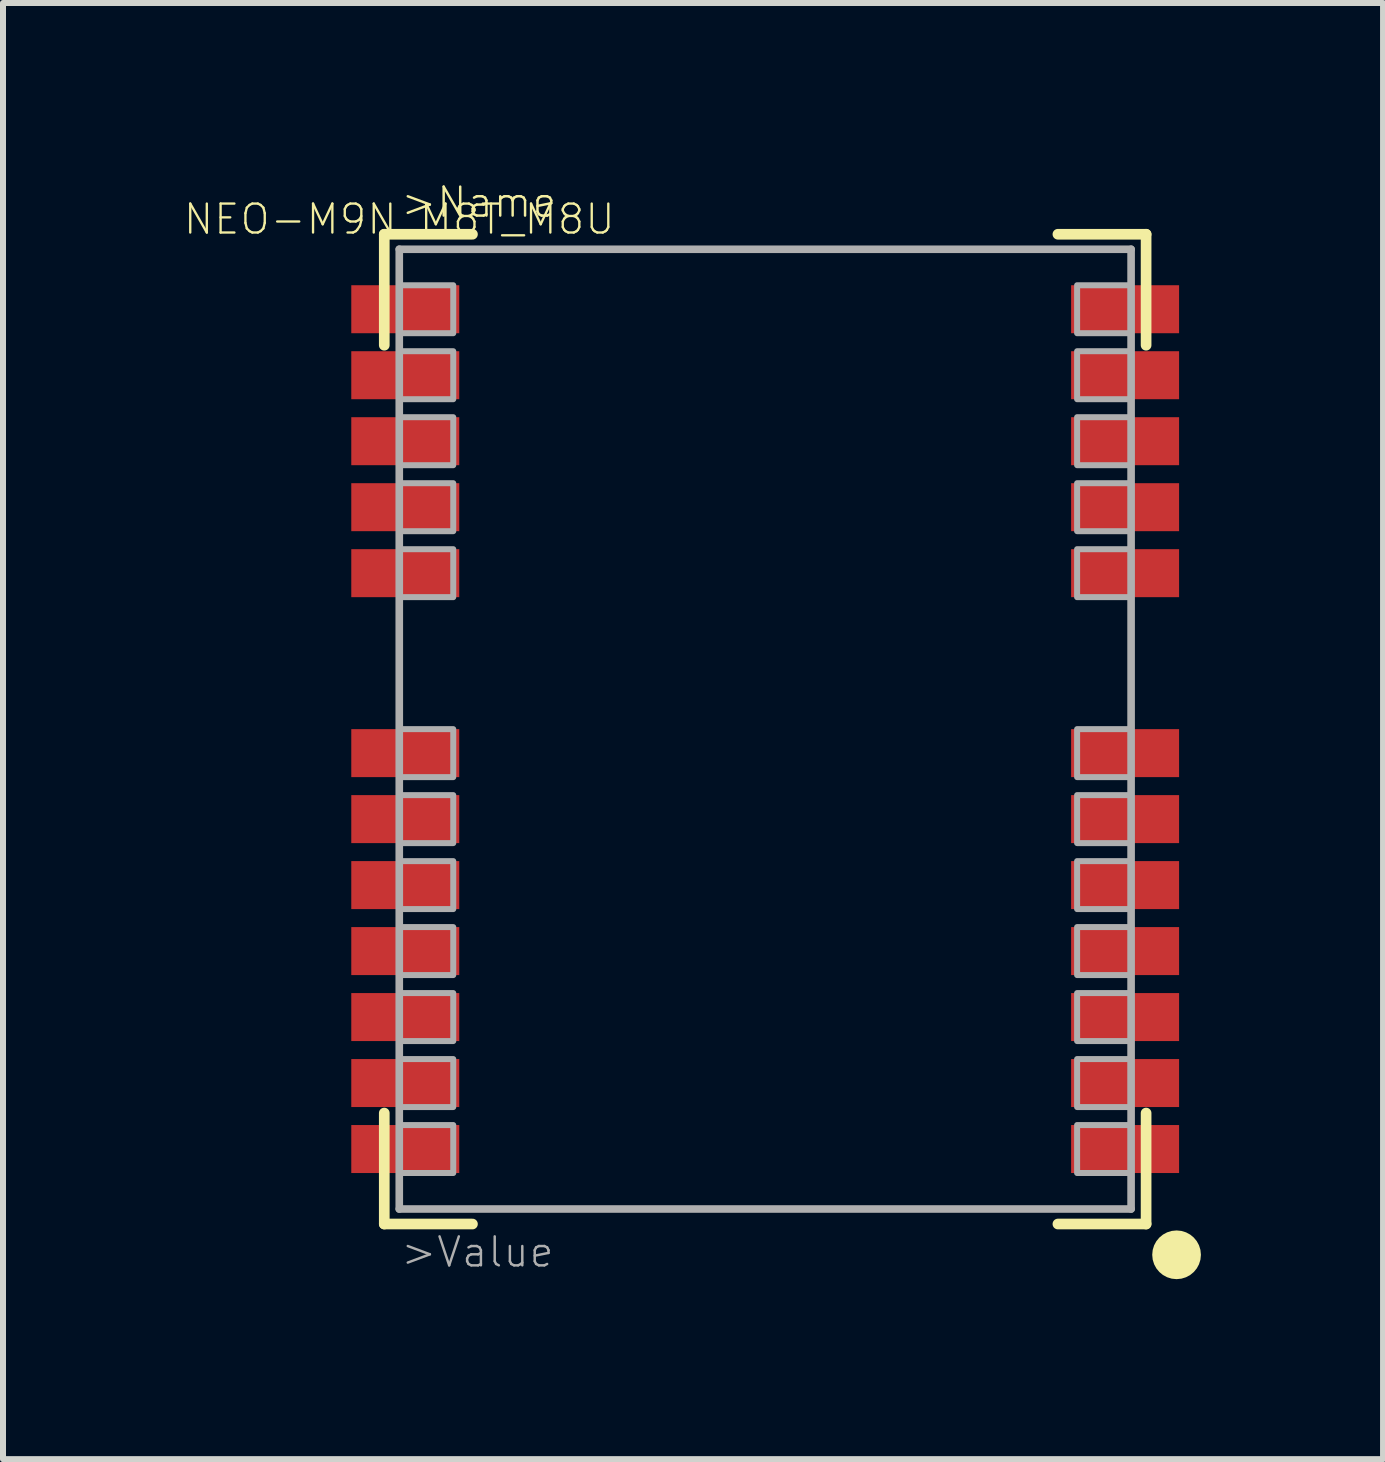
<source format=kicad_pcb>
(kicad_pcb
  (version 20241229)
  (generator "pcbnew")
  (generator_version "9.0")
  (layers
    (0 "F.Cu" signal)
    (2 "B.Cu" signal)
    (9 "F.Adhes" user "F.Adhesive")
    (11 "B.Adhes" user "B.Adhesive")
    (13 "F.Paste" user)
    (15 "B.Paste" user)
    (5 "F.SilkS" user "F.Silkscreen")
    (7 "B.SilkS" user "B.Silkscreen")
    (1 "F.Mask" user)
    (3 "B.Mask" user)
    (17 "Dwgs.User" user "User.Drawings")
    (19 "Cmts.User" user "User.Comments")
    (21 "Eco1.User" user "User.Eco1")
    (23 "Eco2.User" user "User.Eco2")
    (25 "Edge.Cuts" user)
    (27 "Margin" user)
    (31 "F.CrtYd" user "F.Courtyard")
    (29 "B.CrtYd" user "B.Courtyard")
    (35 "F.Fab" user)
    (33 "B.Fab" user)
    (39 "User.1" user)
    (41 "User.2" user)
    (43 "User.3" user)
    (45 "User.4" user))
  (footprint "NEO-M9N_M8T_M8U"
    (layer "F.Cu")
    (at 9.706 9.105)
    (property "Reference" "NEO-M9N_M8T_M8U" (at -6.1 -8.5 0) (layer "F.SilkS") (effects (font (size 0.483 0.483) (thickness 0.039))))
    (attr through_hole)
    (fp_line (start -6.35 -8.25) (end -4.88 -8.25) (stroke (width 0.178) (type solid)) (layer "F.SilkS"))
    (fp_line (start -6.35 -6.4) (end -6.35 -8.25) (stroke (width 0.178) (type solid)) (layer "F.SilkS"))
    (fp_line (start -6.35 8.25) (end -6.35 6.4) (stroke (width 0.178) (type solid)) (layer "F.SilkS"))
    (fp_line (start -4.88 8.25) (end -6.35 8.25) (stroke (width 0.178) (type solid)) (layer "F.SilkS"))
    (fp_line (start 4.88 -8.25) (end 6.35 -8.25) (stroke (width 0.178) (type solid)) (layer "F.SilkS"))
    (fp_line (start 6.35 -8.25) (end 6.35 -6.4) (stroke (width 0.178) (type solid)) (layer "F.SilkS"))
    (fp_line (start 6.35 6.4) (end 6.35 8.25) (stroke (width 0.178) (type solid)) (layer "F.SilkS"))
    (fp_line (start 6.35 8.25) (end 4.88 8.25) (stroke (width 0.178) (type solid)) (layer "F.SilkS"))
    (fp_circle (center 6.858 8.763) (end 7.061 8.763) (stroke (width 0.406) (type solid)) (fill no) (layer "F.SilkS"))
    (fp_poly (pts (xy -6.1 -7.4) (xy -7.3 -7.4) (xy -7.3 -6.6) (xy -6.1 -6.6)) (stroke (width 0) (type solid)) (fill yes) (layer "F.Paste"))
    (fp_poly (pts (xy -6.1 -6.3) (xy -7.3 -6.3) (xy -7.3 -5.5) (xy -6.1 -5.5)) (stroke (width 0) (type solid)) (fill yes) (layer "F.Paste"))
    (fp_poly (pts (xy -6.1 -5.2) (xy -7.3 -5.2) (xy -7.3 -4.4) (xy -6.1 -4.4)) (stroke (width 0) (type solid)) (fill yes) (layer "F.Paste"))
    (fp_poly (pts (xy -6.1 -4.1) (xy -7.3 -4.1) (xy -7.3 -3.3) (xy -6.1 -3.3)) (stroke (width 0) (type solid)) (fill yes) (layer "F.Paste"))
    (fp_poly (pts (xy -6.1 -3) (xy -7.3 -3) (xy -7.3 -2.2) (xy -6.1 -2.2)) (stroke (width 0) (type solid)) (fill yes) (layer "F.Paste"))
    (fp_poly (pts (xy -6.1 0) (xy -7.3 0) (xy -7.3 0.8) (xy -6.1 0.8)) (stroke (width 0) (type solid)) (fill yes) (layer "F.Paste"))
    (fp_poly (pts (xy -6.1 1.1) (xy -7.3 1.1) (xy -7.3 1.9) (xy -6.1 1.9)) (stroke (width 0) (type solid)) (fill yes) (layer "F.Paste"))
    (fp_poly (pts (xy -6.1 2.2) (xy -7.3 2.2) (xy -7.3 3) (xy -6.1 3)) (stroke (width 0) (type solid)) (fill yes) (layer "F.Paste"))
    (fp_poly (pts (xy -6.1 3.3) (xy -7.3 3.3) (xy -7.3 4.1) (xy -6.1 4.1)) (stroke (width 0) (type solid)) (fill yes) (layer "F.Paste"))
    (fp_poly (pts (xy -6.1 4.4) (xy -7.3 4.4) (xy -7.3 5.2) (xy -6.1 5.2)) (stroke (width 0) (type solid)) (fill yes) (layer "F.Paste"))
    (fp_poly (pts (xy -6.1 5.5) (xy -7.3 5.5) (xy -7.3 6.3) (xy -6.1 6.3)) (stroke (width 0) (type solid)) (fill yes) (layer "F.Paste"))
    (fp_poly (pts (xy -6.1 6.6) (xy -7.3 6.6) (xy -7.3 7.4) (xy -6.1 7.4)) (stroke (width 0) (type solid)) (fill yes) (layer "F.Paste"))
    (fp_poly (pts (xy -5.2 -7.3) (xy -6.1 -7.3) (xy -6.1 -6.7) (xy -5.2 -6.7)) (stroke (width 0) (type solid)) (fill yes) (layer "F.Paste"))
    (fp_poly (pts (xy -5.2 -6.2) (xy -6.1 -6.2) (xy -6.1 -5.6) (xy -5.2 -5.6)) (stroke (width 0) (type solid)) (fill yes) (layer "F.Paste"))
    (fp_poly (pts (xy -5.2 -5.1) (xy -6.1 -5.1) (xy -6.1 -4.5) (xy -5.2 -4.5)) (stroke (width 0) (type solid)) (fill yes) (layer "F.Paste"))
    (fp_poly (pts (xy -5.2 -4) (xy -6.1 -4) (xy -6.1 -3.4) (xy -5.2 -3.4)) (stroke (width 0) (type solid)) (fill yes) (layer "F.Paste"))
    (fp_poly (pts (xy -5.2 -2.9) (xy -6.1 -2.9) (xy -6.1 -2.3) (xy -5.2 -2.3)) (stroke (width 0) (type solid)) (fill yes) (layer "F.Paste"))
    (fp_poly (pts (xy -5.2 0.1) (xy -6.1 0.1) (xy -6.1 0.7) (xy -5.2 0.7)) (stroke (width 0) (type solid)) (fill yes) (layer "F.Paste"))
    (fp_poly (pts (xy -5.2 1.2) (xy -6.1 1.2) (xy -6.1 1.8) (xy -5.2 1.8)) (stroke (width 0) (type solid)) (fill yes) (layer "F.Paste"))
    (fp_poly (pts (xy -5.2 2.3) (xy -6.1 2.3) (xy -6.1 2.9) (xy -5.2 2.9)) (stroke (width 0) (type solid)) (fill yes) (layer "F.Paste"))
    (fp_poly (pts (xy -5.2 3.4) (xy -6.1 3.4) (xy -6.1 4) (xy -5.2 4)) (stroke (width 0) (type solid)) (fill yes) (layer "F.Paste"))
    (fp_poly (pts (xy -5.2 4.5) (xy -6.1 4.5) (xy -6.1 5.1) (xy -5.2 5.1)) (stroke (width 0) (type solid)) (fill yes) (layer "F.Paste"))
    (fp_poly (pts (xy -5.2 5.6) (xy -6.1 5.6) (xy -6.1 6.2) (xy -5.2 6.2)) (stroke (width 0) (type solid)) (fill yes) (layer "F.Paste"))
    (fp_poly (pts (xy -5.2 6.7) (xy -6.1 6.7) (xy -6.1 7.3) (xy -5.2 7.3)) (stroke (width 0) (type solid)) (fill yes) (layer "F.Paste"))
    (fp_poly (pts (xy 5.2 -6.7) (xy 6.1 -6.7) (xy 6.1 -7.3) (xy 5.2 -7.3)) (stroke (width 0) (type solid)) (fill yes) (layer "F.Paste"))
    (fp_poly (pts (xy 5.2 -5.6) (xy 6.1 -5.6) (xy 6.1 -6.2) (xy 5.2 -6.2)) (stroke (width 0) (type solid)) (fill yes) (layer "F.Paste"))
    (fp_poly (pts (xy 5.2 -4.5) (xy 6.1 -4.5) (xy 6.1 -5.1) (xy 5.2 -5.1)) (stroke (width 0) (type solid)) (fill yes) (layer "F.Paste"))
    (fp_poly (pts (xy 5.2 -3.4) (xy 6.1 -3.4) (xy 6.1 -4) (xy 5.2 -4)) (stroke (width 0) (type solid)) (fill yes) (layer "F.Paste"))
    (fp_poly (pts (xy 5.2 -2.3) (xy 6.1 -2.3) (xy 6.1 -2.9) (xy 5.2 -2.9)) (stroke (width 0) (type solid)) (fill yes) (layer "F.Paste"))
    (fp_poly (pts (xy 5.2 0.7) (xy 6.1 0.7) (xy 6.1 0.1) (xy 5.2 0.1)) (stroke (width 0) (type solid)) (fill yes) (layer "F.Paste"))
    (fp_poly (pts (xy 5.2 1.8) (xy 6.1 1.8) (xy 6.1 1.2) (xy 5.2 1.2)) (stroke (width 0) (type solid)) (fill yes) (layer "F.Paste"))
    (fp_poly (pts (xy 5.2 2.9) (xy 6.1 2.9) (xy 6.1 2.3) (xy 5.2 2.3)) (stroke (width 0) (type solid)) (fill yes) (layer "F.Paste"))
    (fp_poly (pts (xy 5.2 4) (xy 6.1 4) (xy 6.1 3.4) (xy 5.2 3.4)) (stroke (width 0) (type solid)) (fill yes) (layer "F.Paste"))
    (fp_poly (pts (xy 5.2 5.1) (xy 6.1 5.1) (xy 6.1 4.5) (xy 5.2 4.5)) (stroke (width 0) (type solid)) (fill yes) (layer "F.Paste"))
    (fp_poly (pts (xy 5.2 6.2) (xy 6.1 6.2) (xy 6.1 5.6) (xy 5.2 5.6)) (stroke (width 0) (type solid)) (fill yes) (layer "F.Paste"))
    (fp_poly (pts (xy 5.2 7.3) (xy 6.1 7.3) (xy 6.1 6.7) (xy 5.2 6.7)) (stroke (width 0) (type solid)) (fill yes) (layer "F.Paste"))
    (fp_poly (pts (xy 6.1 -6.6) (xy 7.3 -6.6) (xy 7.3 -7.4) (xy 6.1 -7.4)) (stroke (width 0) (type solid)) (fill yes) (layer "F.Paste"))
    (fp_poly (pts (xy 6.1 -5.5) (xy 7.3 -5.5) (xy 7.3 -6.3) (xy 6.1 -6.3)) (stroke (width 0) (type solid)) (fill yes) (layer "F.Paste"))
    (fp_poly (pts (xy 6.1 -4.4) (xy 7.3 -4.4) (xy 7.3 -5.2) (xy 6.1 -5.2)) (stroke (width 0) (type solid)) (fill yes) (layer "F.Paste"))
    (fp_poly (pts (xy 6.1 -3.3) (xy 7.3 -3.3) (xy 7.3 -4.1) (xy 6.1 -4.1)) (stroke (width 0) (type solid)) (fill yes) (layer "F.Paste"))
    (fp_poly (pts (xy 6.1 -2.2) (xy 7.3 -2.2) (xy 7.3 -3) (xy 6.1 -3)) (stroke (width 0) (type solid)) (fill yes) (layer "F.Paste"))
    (fp_poly (pts (xy 6.1 0.8) (xy 7.3 0.8) (xy 7.3 0) (xy 6.1 0)) (stroke (width 0) (type solid)) (fill yes) (layer "F.Paste"))
    (fp_poly (pts (xy 6.1 1.9) (xy 7.3 1.9) (xy 7.3 1.1) (xy 6.1 1.1)) (stroke (width 0) (type solid)) (fill yes) (layer "F.Paste"))
    (fp_poly (pts (xy 6.1 3) (xy 7.3 3) (xy 7.3 2.2) (xy 6.1 2.2)) (stroke (width 0) (type solid)) (fill yes) (layer "F.Paste"))
    (fp_poly (pts (xy 6.1 4.1) (xy 7.3 4.1) (xy 7.3 3.3) (xy 6.1 3.3)) (stroke (width 0) (type solid)) (fill yes) (layer "F.Paste"))
    (fp_poly (pts (xy 6.1 5.2) (xy 7.3 5.2) (xy 7.3 4.4) (xy 6.1 4.4)) (stroke (width 0) (type solid)) (fill yes) (layer "F.Paste"))
    (fp_poly (pts (xy 6.1 6.3) (xy 7.3 6.3) (xy 7.3 5.5) (xy 6.1 5.5)) (stroke (width 0) (type solid)) (fill yes) (layer "F.Paste"))
    (fp_poly (pts (xy 6.1 7.4) (xy 7.3 7.4) (xy 7.3 6.6) (xy 6.1 6.6)) (stroke (width 0) (type solid)) (fill yes) (layer "F.Paste"))
    (fp_line (start -6.1 -8) (end 6.1 -8) (stroke (width 0.127) (type solid)) (layer "F.Fab"))
    (fp_line (start -6.1 8) (end -6.1 -8) (stroke (width 0.127) (type solid)) (layer "F.Fab"))
    (fp_line (start 6.1 -8) (end 6.1 8) (stroke (width 0.127) (type solid)) (layer "F.Fab"))
    (fp_line (start 6.1 8) (end -6.1 8) (stroke (width 0.127) (type solid)) (layer "F.Fab"))
    (fp_poly (pts (xy -6.1 -6.6) (xy -5.2 -6.6) (xy -5.2 -7.4) (xy -6.1 -7.4)) (stroke (width 0.1) (type solid)) (fill no) (layer "F.Fab"))
    (fp_poly (pts (xy -6.1 -5.5) (xy -5.2 -5.5) (xy -5.2 -6.3) (xy -6.1 -6.3)) (stroke (width 0.1) (type solid)) (fill no) (layer "F.Fab"))
    (fp_poly (pts (xy -6.1 -4.4) (xy -5.2 -4.4) (xy -5.2 -5.2) (xy -6.1 -5.2)) (stroke (width 0.1) (type solid)) (fill no) (layer "F.Fab"))
    (fp_poly (pts (xy -6.1 -3.3) (xy -5.2 -3.3) (xy -5.2 -4.1) (xy -6.1 -4.1)) (stroke (width 0.1) (type solid)) (fill no) (layer "F.Fab"))
    (fp_poly (pts (xy -6.1 -2.2) (xy -5.2 -2.2) (xy -5.2 -3) (xy -6.1 -3)) (stroke (width 0.1) (type solid)) (fill no) (layer "F.Fab"))
    (fp_poly (pts (xy -6.1 0.8) (xy -5.2 0.8) (xy -5.2 0) (xy -6.1 0)) (stroke (width 0.1) (type solid)) (fill no) (layer "F.Fab"))
    (fp_poly (pts (xy -6.1 1.9) (xy -5.2 1.9) (xy -5.2 1.1) (xy -6.1 1.1)) (stroke (width 0.1) (type solid)) (fill no) (layer "F.Fab"))
    (fp_poly (pts (xy -6.1 3) (xy -5.2 3) (xy -5.2 2.2) (xy -6.1 2.2)) (stroke (width 0.1) (type solid)) (fill no) (layer "F.Fab"))
    (fp_poly (pts (xy -6.1 4.1) (xy -5.2 4.1) (xy -5.2 3.3) (xy -6.1 3.3)) (stroke (width 0.1) (type solid)) (fill no) (layer "F.Fab"))
    (fp_poly (pts (xy -6.1 5.2) (xy -5.2 5.2) (xy -5.2 4.4) (xy -6.1 4.4)) (stroke (width 0.1) (type solid)) (fill no) (layer "F.Fab"))
    (fp_poly (pts (xy -6.1 6.3) (xy -5.2 6.3) (xy -5.2 5.5) (xy -6.1 5.5)) (stroke (width 0.1) (type solid)) (fill no) (layer "F.Fab"))
    (fp_poly (pts (xy -6.1 7.4) (xy -5.2 7.4) (xy -5.2 6.6) (xy -6.1 6.6)) (stroke (width 0.1) (type solid)) (fill no) (layer "F.Fab"))
    (fp_poly (pts (xy 5.2 -6.6) (xy 6.1 -6.6) (xy 6.1 -7.4) (xy 5.2 -7.4)) (stroke (width 0.1) (type solid)) (fill no) (layer "F.Fab"))
    (fp_poly (pts (xy 5.2 -5.5) (xy 6.1 -5.5) (xy 6.1 -6.3) (xy 5.2 -6.3)) (stroke (width 0.1) (type solid)) (fill no) (layer "F.Fab"))
    (fp_poly (pts (xy 5.2 -4.4) (xy 6.1 -4.4) (xy 6.1 -5.2) (xy 5.2 -5.2)) (stroke (width 0.1) (type solid)) (fill no) (layer "F.Fab"))
    (fp_poly (pts (xy 5.2 -3.3) (xy 6.1 -3.3) (xy 6.1 -4.1) (xy 5.2 -4.1)) (stroke (width 0.1) (type solid)) (fill no) (layer "F.Fab"))
    (fp_poly (pts (xy 5.2 -2.2) (xy 6.1 -2.2) (xy 6.1 -3) (xy 5.2 -3)) (stroke (width 0.1) (type solid)) (fill no) (layer "F.Fab"))
    (fp_poly (pts (xy 5.2 0.8) (xy 6.1 0.8) (xy 6.1 0) (xy 5.2 0)) (stroke (width 0.1) (type solid)) (fill no) (layer "F.Fab"))
    (fp_poly (pts (xy 5.2 1.9) (xy 6.1 1.9) (xy 6.1 1.1) (xy 5.2 1.1)) (stroke (width 0.1) (type solid)) (fill no) (layer "F.Fab"))
    (fp_poly (pts (xy 5.2 3) (xy 6.1 3) (xy 6.1 2.2) (xy 5.2 2.2)) (stroke (width 0.1) (type solid)) (fill no) (layer "F.Fab"))
    (fp_poly (pts (xy 5.2 4.1) (xy 6.1 4.1) (xy 6.1 3.3) (xy 5.2 3.3)) (stroke (width 0.1) (type solid)) (fill no) (layer "F.Fab"))
    (fp_poly (pts (xy 5.2 5.2) (xy 6.1 5.2) (xy 6.1 4.4) (xy 5.2 4.4)) (stroke (width 0.1) (type solid)) (fill no) (layer "F.Fab"))
    (fp_poly (pts (xy 5.2 6.3) (xy 6.1 6.3) (xy 6.1 5.5) (xy 5.2 5.5)) (stroke (width 0.1) (type solid)) (fill no) (layer "F.Fab"))
    (fp_poly (pts (xy 5.2 7.4) (xy 6.1 7.4) (xy 6.1 6.6) (xy 5.2 6.6)) (stroke (width 0.1) (type solid)) (fill no) (layer "F.Fab"))
    (fp_text user ">Name" (at -6.1 -8.5 0) (layer "F.SilkS") (effects (font (size 0.483 0.483) (thickness 0.041)) (justify left bottom)))
    (fp_text user ">Value" (at -6.1 9 0) (layer "F.Fab") (effects (font (size 0.483 0.483) (thickness 0.041)) (justify left bottom)))
    (pad "1" smd rect (at 6 7) (size 1.8 0.8) (layers "F.Cu" "F.Mask"))
    (pad "2" smd rect (at 6 5.9) (size 1.8 0.8) (layers "F.Cu" "F.Mask"))
    (pad "3" smd rect (at 6 4.8) (size 1.8 0.8) (layers "F.Cu" "F.Mask"))
    (pad "4" smd rect (at 6 3.7) (size 1.8 0.8) (layers "F.Cu" "F.Mask"))
    (pad "5" smd rect (at 6 2.6) (size 1.8 0.8) (layers "F.Cu" "F.Mask"))
    (pad "6" smd rect (at 6 1.5) (size 1.8 0.8) (layers "F.Cu" "F.Mask"))
    (pad "7" smd rect (at 6 0.4) (size 1.8 0.8) (layers "F.Cu" "F.Mask"))
    (pad "8" smd rect (at 6 -2.6) (size 1.8 0.8) (layers "F.Cu" "F.Mask"))
    (pad "9" smd rect (at 6 -3.7) (size 1.8 0.8) (layers "F.Cu" "F.Mask"))
    (pad "10" smd rect (at 6 -4.8) (size 1.8 0.8) (layers "F.Cu" "F.Mask"))
    (pad "11" smd rect (at 6 -5.9) (size 1.8 0.8) (layers "F.Cu" "F.Mask"))
    (pad "12" smd rect (at 6 -7) (size 1.8 0.8) (layers "F.Cu" "F.Mask"))
    (pad "13" smd rect (at -6 -7 180) (size 1.8 0.8) (layers "F.Cu" "F.Mask"))
    (pad "14" smd rect (at -6 -5.9 180) (size 1.8 0.8) (layers "F.Cu" "F.Mask"))
    (pad "15" smd rect (at -6 -4.8 180) (size 1.8 0.8) (layers "F.Cu" "F.Mask"))
    (pad "16" smd rect (at -6 -3.7 180) (size 1.8 0.8) (layers "F.Cu" "F.Mask"))
    (pad "17" smd rect (at -6 -2.6 180) (size 1.8 0.8) (layers "F.Cu" "F.Mask"))
    (pad "18" smd rect (at -6 0.4 180) (size 1.8 0.8) (layers "F.Cu" "F.Mask"))
    (pad "19" smd rect (at -6 1.5 180) (size 1.8 0.8) (layers "F.Cu" "F.Mask"))
    (pad "20" smd rect (at -6 2.6 180) (size 1.8 0.8) (layers "F.Cu" "F.Mask"))
    (pad "21" smd rect (at -6 3.7 180) (size 1.8 0.8) (layers "F.Cu" "F.Mask"))
    (pad "22" smd rect (at -6 4.8 180) (size 1.8 0.8) (layers "F.Cu" "F.Mask"))
    (pad "23" smd rect (at -6 5.9 180) (size 1.8 0.8) (layers "F.Cu" "F.Mask"))
    (pad "24" smd rect (at -6 7 180) (size 1.8 0.8) (layers "F.Cu" "F.Mask")))
  (gr_rect
    (start -3 -3)
    (end 20.006 21.274)
    (stroke (width 0.1) (type default))
    (fill no)
    (layer "Edge.Cuts")))
</source>
